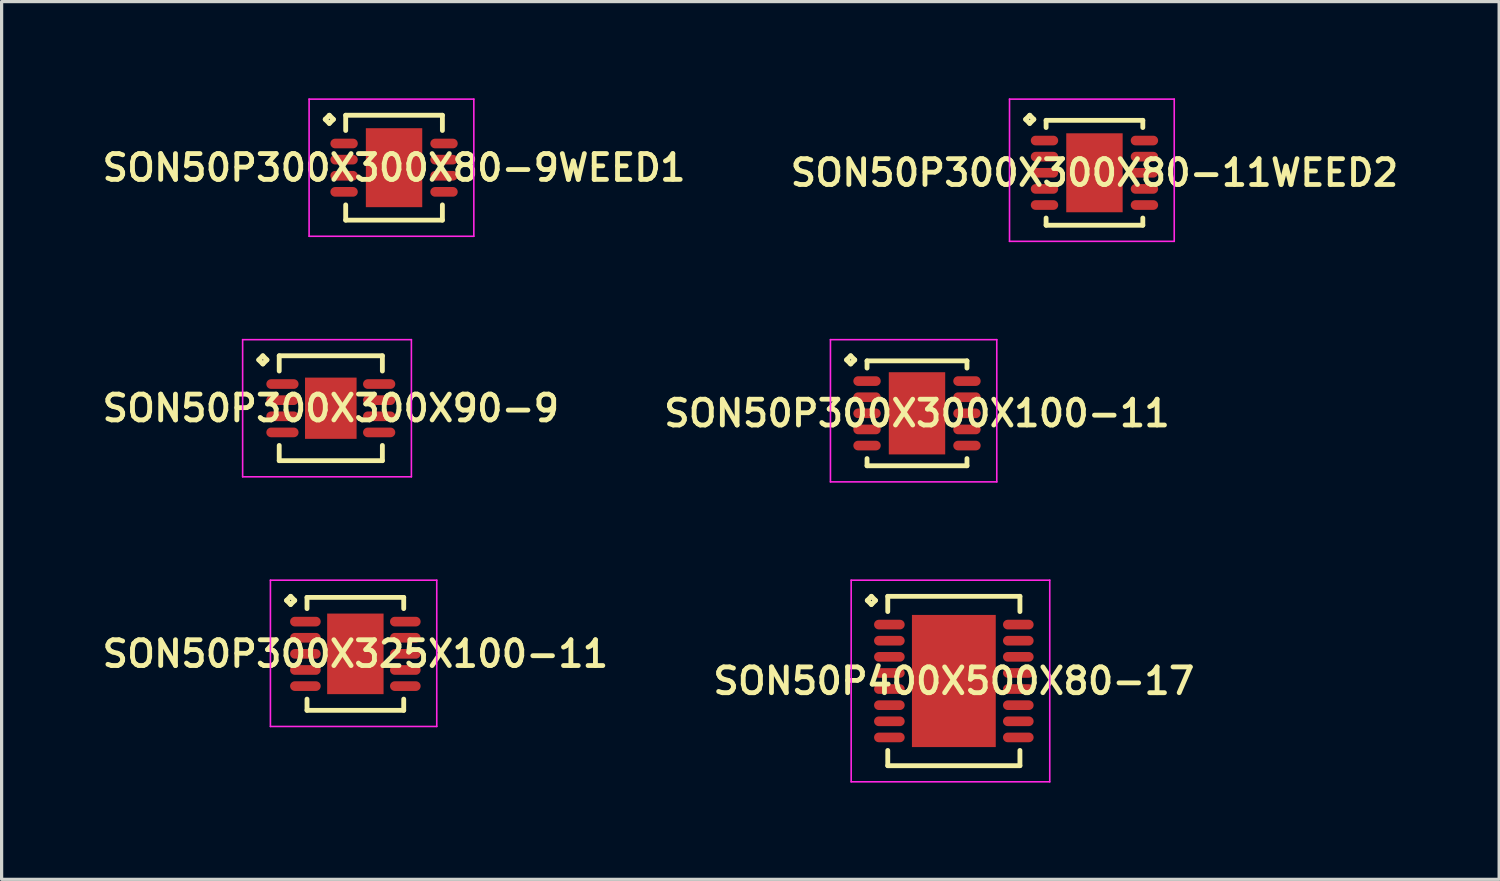
<source format=kicad_pcb>
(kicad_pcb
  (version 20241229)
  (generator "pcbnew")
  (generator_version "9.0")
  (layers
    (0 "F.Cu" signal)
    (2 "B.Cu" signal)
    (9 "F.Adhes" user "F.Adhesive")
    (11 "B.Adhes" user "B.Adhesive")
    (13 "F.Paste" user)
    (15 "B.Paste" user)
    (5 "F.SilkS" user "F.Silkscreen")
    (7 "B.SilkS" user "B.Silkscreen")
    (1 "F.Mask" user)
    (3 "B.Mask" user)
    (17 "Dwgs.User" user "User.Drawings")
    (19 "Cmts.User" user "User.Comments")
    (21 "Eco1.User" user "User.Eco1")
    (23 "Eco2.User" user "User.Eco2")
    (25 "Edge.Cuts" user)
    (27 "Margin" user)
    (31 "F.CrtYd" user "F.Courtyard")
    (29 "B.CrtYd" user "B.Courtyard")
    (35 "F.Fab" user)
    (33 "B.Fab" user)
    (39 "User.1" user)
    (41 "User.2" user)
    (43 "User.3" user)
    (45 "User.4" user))
  (footprint "SON50P400X500X80-17"
    (layer "F.Cu")
    (at 26.54 18.076)
    (property "Reference" "SON50P400X500X80-17" (at 0 0 0) (layer "F.SilkS") (effects (font (size 0.8 0.8) (thickness 0.15))))
    (attr smd)
    (fp_line (start -2.685 -2.5) (end -2.558 -2.627) (stroke (width 0.15) (type solid)) (layer "F.SilkS"))
    (fp_line (start -2.558 -2.627) (end -2.431 -2.5) (stroke (width 0.15) (type solid)) (layer "F.SilkS"))
    (fp_line (start -2.558 -2.373) (end -2.685 -2.5) (stroke (width 0.15) (type solid)) (layer "F.SilkS"))
    (fp_line (start -2.431 -2.5) (end -2.558 -2.373) (stroke (width 0.15) (type solid)) (layer "F.SilkS"))
    (fp_line (start -2.05 -2.627) (end 2.05 -2.627) (stroke (width 0.15) (type solid)) (layer "F.SilkS"))
    (fp_line (start -2.05 -2.154) (end -2.05 -2.627) (stroke (width 0.15) (type solid)) (layer "F.SilkS"))
    (fp_line (start -2.05 2.154) (end -2.05 2.627) (stroke (width 0.15) (type solid)) (layer "F.SilkS"))
    (fp_line (start -2.05 2.627) (end 2.05 2.627) (stroke (width 0.15) (type solid)) (layer "F.SilkS"))
    (fp_line (start 2.05 -2.627) (end 2.05 -2.154) (stroke (width 0.15) (type solid)) (layer "F.SilkS"))
    (fp_line (start 2.05 2.627) (end 2.05 2.154) (stroke (width 0.15) (type solid)) (layer "F.SilkS"))
    (fp_line (start -3.185 -3.127) (end 2.975 -3.127) (stroke (width 0.05) (type solid)) (layer "F.CrtYd"))
    (fp_line (start -3.185 3.127) (end -3.185 -3.127) (stroke (width 0.05) (type solid)) (layer "F.CrtYd"))
    (fp_line (start 2.975 -3.127) (end 2.975 3.127) (stroke (width 0.05) (type solid)) (layer "F.CrtYd"))
    (fp_line (start 2.975 3.127) (end -3.185 3.127) (stroke (width 0.05) (type solid)) (layer "F.CrtYd"))
    (pad "1" smd oval (at -2 -1.75) (size 0.95 0.3) (layers "F.Cu" "F.Mask" "F.Paste"))
    (pad "2" smd oval (at -2 -1.25) (size 0.95 0.3) (layers "F.Cu" "F.Mask" "F.Paste"))
    (pad "3" smd oval (at -2 -0.75) (size 0.95 0.3) (layers "F.Cu" "F.Mask" "F.Paste"))
    (pad "4" smd oval (at -2 -0.25) (size 0.95 0.3) (layers "F.Cu" "F.Mask" "F.Paste"))
    (pad "5" smd oval (at -2 0.25) (size 0.95 0.3) (layers "F.Cu" "F.Mask" "F.Paste"))
    (pad "6" smd oval (at -2 0.75) (size 0.95 0.3) (layers "F.Cu" "F.Mask" "F.Paste"))
    (pad "7" smd oval (at -2 1.25) (size 0.95 0.3) (layers "F.Cu" "F.Mask" "F.Paste"))
    (pad "8" smd oval (at -2 1.75) (size 0.95 0.3) (layers "F.Cu" "F.Mask" "F.Paste"))
    (pad "9" smd oval (at 2 1.75) (size 0.95 0.3) (layers "F.Cu" "F.Mask" "F.Paste"))
    (pad "10" smd oval (at 2 1.25) (size 0.95 0.3) (layers "F.Cu" "F.Mask" "F.Paste"))
    (pad "11" smd oval (at 2 0.75) (size 0.95 0.3) (layers "F.Cu" "F.Mask" "F.Paste"))
    (pad "12" smd oval (at 2 0.25) (size 0.95 0.3) (layers "F.Cu" "F.Mask" "F.Paste"))
    (pad "13" smd oval (at 2 -0.25) (size 0.95 0.3) (layers "F.Cu" "F.Mask" "F.Paste"))
    (pad "14" smd oval (at 2 -0.75) (size 0.95 0.3) (layers "F.Cu" "F.Mask" "F.Paste"))
    (pad "15" smd oval (at 2 -1.25) (size 0.95 0.3) (layers "F.Cu" "F.Mask" "F.Paste"))
    (pad "16" smd oval (at 2 -1.75) (size 0.95 0.3) (layers "F.Cu" "F.Mask" "F.Paste"))
    (pad "17" smd rect (at 0 0) (size 2.6 4.1) (layers "F.Cu" "F.Mask" "F.Paste")))
  (footprint "SON50P300X300X80-11WEED2"
    (layer "F.Cu")
    (at 30.902 2.31)
    (property "Reference" "SON50P300X300X80-11WEED2" (at 0 0 0) (layer "F.SilkS") (effects (font (size 0.8 0.8) (thickness 0.15))))
    (attr smd)
    (fp_line (start -2.135 -1.658) (end -2.008 -1.785) (stroke (width 0.15) (type solid)) (layer "F.SilkS"))
    (fp_line (start -2.008 -1.785) (end -1.881 -1.658) (stroke (width 0.15) (type solid)) (layer "F.SilkS"))
    (fp_line (start -2.008 -1.531) (end -2.135 -1.658) (stroke (width 0.15) (type solid)) (layer "F.SilkS"))
    (fp_line (start -1.881 -1.658) (end -2.008 -1.531) (stroke (width 0.15) (type solid)) (layer "F.SilkS"))
    (fp_line (start -1.5 -1.627) (end 1.5 -1.627) (stroke (width 0.15) (type solid)) (layer "F.SilkS"))
    (fp_line (start -1.5 -1.404) (end -1.5 -1.627) (stroke (width 0.15) (type solid)) (layer "F.SilkS"))
    (fp_line (start -1.5 1.404) (end -1.5 1.627) (stroke (width 0.15) (type solid)) (layer "F.SilkS"))
    (fp_line (start -1.5 1.627) (end 1.5 1.627) (stroke (width 0.15) (type solid)) (layer "F.SilkS"))
    (fp_line (start 1.5 -1.627) (end 1.5 -1.404) (stroke (width 0.15) (type solid)) (layer "F.SilkS"))
    (fp_line (start 1.5 1.627) (end 1.5 1.404) (stroke (width 0.15) (type solid)) (layer "F.SilkS"))
    (fp_line (start -2.635 -2.285) (end 2.475 -2.285) (stroke (width 0.05) (type solid)) (layer "F.CrtYd"))
    (fp_line (start -2.635 2.127) (end -2.635 -2.285) (stroke (width 0.05) (type solid)) (layer "F.CrtYd"))
    (fp_line (start 2.475 -2.285) (end 2.475 2.127) (stroke (width 0.05) (type solid)) (layer "F.CrtYd"))
    (fp_line (start 2.475 2.127) (end -2.635 2.127) (stroke (width 0.05) (type solid)) (layer "F.CrtYd"))
    (pad "1" smd oval (at -1.55 -1) (size 0.85 0.3) (layers "F.Cu" "F.Mask" "F.Paste"))
    (pad "2" smd oval (at -1.55 -0.5) (size 0.85 0.3) (layers "F.Cu" "F.Mask" "F.Paste"))
    (pad "3" smd oval (at -1.55 0) (size 0.85 0.3) (layers "F.Cu" "F.Mask" "F.Paste"))
    (pad "4" smd oval (at -1.55 0.5) (size 0.85 0.3) (layers "F.Cu" "F.Mask" "F.Paste"))
    (pad "5" smd oval (at -1.55 1) (size 0.85 0.3) (layers "F.Cu" "F.Mask" "F.Paste"))
    (pad "6" smd oval (at 1.55 1) (size 0.85 0.3) (layers "F.Cu" "F.Mask" "F.Paste"))
    (pad "7" smd oval (at 1.55 0.5) (size 0.85 0.3) (layers "F.Cu" "F.Mask" "F.Paste"))
    (pad "8" smd oval (at 1.55 0) (size 0.85 0.3) (layers "F.Cu" "F.Mask" "F.Paste"))
    (pad "9" smd oval (at 1.55 -0.5) (size 0.85 0.3) (layers "F.Cu" "F.Mask" "F.Paste"))
    (pad "10" smd oval (at 1.55 -1) (size 0.85 0.3) (layers "F.Cu" "F.Mask" "F.Paste"))
    (pad "11" smd rect (at 0 0) (size 1.75 2.45) (layers "F.Cu" "F.Mask" "F.Paste")))
  (footprint "SON50P300X300X80-9WEED1"
    (layer "F.Cu")
    (at 9.174 2.152)
    (property "Reference" "SON50P300X300X80-9WEED1" (at 0 0 0) (layer "F.SilkS") (effects (font (size 0.8 0.8) (thickness 0.15))))
    (attr smd)
    (fp_line (start -2.135 -1.5) (end -2.008 -1.627) (stroke (width 0.15) (type solid)) (layer "F.SilkS"))
    (fp_line (start -2.008 -1.627) (end -1.881 -1.5) (stroke (width 0.15) (type solid)) (layer "F.SilkS"))
    (fp_line (start -2.008 -1.373) (end -2.135 -1.5) (stroke (width 0.15) (type solid)) (layer "F.SilkS"))
    (fp_line (start -1.881 -1.5) (end -2.008 -1.373) (stroke (width 0.15) (type solid)) (layer "F.SilkS"))
    (fp_line (start -1.5 -1.627) (end 1.5 -1.627) (stroke (width 0.15) (type solid)) (layer "F.SilkS"))
    (fp_line (start -1.5 -1.154) (end -1.5 -1.627) (stroke (width 0.15) (type solid)) (layer "F.SilkS"))
    (fp_line (start -1.5 1.154) (end -1.5 1.627) (stroke (width 0.15) (type solid)) (layer "F.SilkS"))
    (fp_line (start -1.5 1.627) (end 1.5 1.627) (stroke (width 0.15) (type solid)) (layer "F.SilkS"))
    (fp_line (start 1.5 -1.627) (end 1.5 -1.154) (stroke (width 0.15) (type solid)) (layer "F.SilkS"))
    (fp_line (start 1.5 1.627) (end 1.5 1.154) (stroke (width 0.15) (type solid)) (layer "F.SilkS"))
    (fp_line (start -2.635 -2.127) (end 2.475 -2.127) (stroke (width 0.05) (type solid)) (layer "F.CrtYd"))
    (fp_line (start -2.635 2.127) (end -2.635 -2.127) (stroke (width 0.05) (type solid)) (layer "F.CrtYd"))
    (fp_line (start 2.475 -2.127) (end 2.475 2.127) (stroke (width 0.05) (type solid)) (layer "F.CrtYd"))
    (fp_line (start 2.475 2.127) (end -2.635 2.127) (stroke (width 0.05) (type solid)) (layer "F.CrtYd"))
    (pad "1" smd oval (at -1.55 -0.75) (size 0.85 0.3) (layers "F.Cu" "F.Mask" "F.Paste"))
    (pad "2" smd oval (at -1.55 -0.25) (size 0.85 0.3) (layers "F.Cu" "F.Mask" "F.Paste"))
    (pad "3" smd oval (at -1.55 0.25) (size 0.85 0.3) (layers "F.Cu" "F.Mask" "F.Paste"))
    (pad "4" smd oval (at -1.55 0.75) (size 0.85 0.3) (layers "F.Cu" "F.Mask" "F.Paste"))
    (pad "5" smd oval (at 1.55 0.75) (size 0.85 0.3) (layers "F.Cu" "F.Mask" "F.Paste"))
    (pad "6" smd oval (at 1.55 0.25) (size 0.85 0.3) (layers "F.Cu" "F.Mask" "F.Paste"))
    (pad "7" smd oval (at 1.55 -0.25) (size 0.85 0.3) (layers "F.Cu" "F.Mask" "F.Paste"))
    (pad "8" smd oval (at 1.55 -0.75) (size 0.85 0.3) (layers "F.Cu" "F.Mask" "F.Paste"))
    (pad "9" smd rect (at 0 0) (size 1.75 2.45) (layers "F.Cu" "F.Mask" "F.Paste")))
  (footprint "SON50P300X325X100-11"
    (layer "F.Cu")
    (at 7.974 17.234)
    (property "Reference" "SON50P300X325X100-11" (at 0 0 0) (layer "F.SilkS") (effects (font (size 0.8 0.8) (thickness 0.15))))
    (attr smd)
    (fp_line (start -2.135 -1.658) (end -2.008 -1.785) (stroke (width 0.15) (type solid)) (layer "F.SilkS"))
    (fp_line (start -2.008 -1.785) (end -1.881 -1.658) (stroke (width 0.15) (type solid)) (layer "F.SilkS"))
    (fp_line (start -2.008 -1.531) (end -2.135 -1.658) (stroke (width 0.15) (type solid)) (layer "F.SilkS"))
    (fp_line (start -1.881 -1.658) (end -2.008 -1.531) (stroke (width 0.15) (type solid)) (layer "F.SilkS"))
    (fp_line (start -1.5 -1.752) (end 1.5 -1.752) (stroke (width 0.15) (type solid)) (layer "F.SilkS"))
    (fp_line (start -1.5 -1.404) (end -1.5 -1.752) (stroke (width 0.15) (type solid)) (layer "F.SilkS"))
    (fp_line (start -1.5 1.404) (end -1.5 1.752) (stroke (width 0.15) (type solid)) (layer "F.SilkS"))
    (fp_line (start -1.5 1.752) (end 1.5 1.752) (stroke (width 0.15) (type solid)) (layer "F.SilkS"))
    (fp_line (start 1.5 -1.752) (end 1.5 -1.404) (stroke (width 0.15) (type solid)) (layer "F.SilkS"))
    (fp_line (start 1.5 1.752) (end 1.5 1.404) (stroke (width 0.15) (type solid)) (layer "F.SilkS"))
    (fp_line (start -2.635 -2.285) (end 2.525 -2.285) (stroke (width 0.05) (type solid)) (layer "F.CrtYd"))
    (fp_line (start -2.635 2.252) (end -2.635 -2.285) (stroke (width 0.05) (type solid)) (layer "F.CrtYd"))
    (fp_line (start 2.525 -2.285) (end 2.525 2.252) (stroke (width 0.05) (type solid)) (layer "F.CrtYd"))
    (fp_line (start 2.525 2.252) (end -2.635 2.252) (stroke (width 0.05) (type solid)) (layer "F.CrtYd"))
    (pad "1" smd oval (at -1.55 -1) (size 0.95 0.3) (layers "F.Cu" "F.Mask" "F.Paste"))
    (pad "2" smd oval (at -1.55 -0.5) (size 0.95 0.3) (layers "F.Cu" "F.Mask" "F.Paste"))
    (pad "3" smd oval (at -1.55 0) (size 0.95 0.3) (layers "F.Cu" "F.Mask" "F.Paste"))
    (pad "4" smd oval (at -1.55 0.5) (size 0.95 0.3) (layers "F.Cu" "F.Mask" "F.Paste"))
    (pad "5" smd oval (at -1.55 1) (size 0.95 0.3) (layers "F.Cu" "F.Mask" "F.Paste"))
    (pad "6" smd oval (at 1.55 1) (size 0.95 0.3) (layers "F.Cu" "F.Mask" "F.Paste"))
    (pad "7" smd oval (at 1.55 0.5) (size 0.95 0.3) (layers "F.Cu" "F.Mask" "F.Paste"))
    (pad "8" smd oval (at 1.55 0) (size 0.95 0.3) (layers "F.Cu" "F.Mask" "F.Paste"))
    (pad "9" smd oval (at 1.55 -0.5) (size 0.95 0.3) (layers "F.Cu" "F.Mask" "F.Paste"))
    (pad "10" smd oval (at 1.55 -1) (size 0.95 0.3) (layers "F.Cu" "F.Mask" "F.Paste"))
    (pad "11" smd rect (at 0 0) (size 1.75 2.5) (layers "F.Cu" "F.Mask" "F.Paste")))
  (footprint "SON50P300X300X90-9"
    (layer "F.Cu")
    (at 7.212 9.614)
    (property "Reference" "SON50P300X300X90-9" (at 0 0 0) (layer "F.SilkS") (effects (font (size 0.8 0.8) (thickness 0.15))))
    (attr smd)
    (fp_line (start -2.235 -1.5) (end -2.108 -1.627) (stroke (width 0.15) (type solid)) (layer "F.SilkS"))
    (fp_line (start -2.108 -1.627) (end -1.981 -1.5) (stroke (width 0.15) (type solid)) (layer "F.SilkS"))
    (fp_line (start -2.108 -1.373) (end -2.235 -1.5) (stroke (width 0.15) (type solid)) (layer "F.SilkS"))
    (fp_line (start -1.981 -1.5) (end -2.108 -1.373) (stroke (width 0.15) (type solid)) (layer "F.SilkS"))
    (fp_line (start -1.6 -1.627) (end 1.6 -1.627) (stroke (width 0.15) (type solid)) (layer "F.SilkS"))
    (fp_line (start -1.6 -1.154) (end -1.6 -1.627) (stroke (width 0.15) (type solid)) (layer "F.SilkS"))
    (fp_line (start -1.6 1.154) (end -1.6 1.627) (stroke (width 0.15) (type solid)) (layer "F.SilkS"))
    (fp_line (start -1.6 1.627) (end 1.6 1.627) (stroke (width 0.15) (type solid)) (layer "F.SilkS"))
    (fp_line (start 1.6 -1.627) (end 1.6 -1.154) (stroke (width 0.15) (type solid)) (layer "F.SilkS"))
    (fp_line (start 1.6 1.627) (end 1.6 1.154) (stroke (width 0.15) (type solid)) (layer "F.SilkS"))
    (fp_line (start -2.735 -2.127) (end 2.5 -2.127) (stroke (width 0.05) (type solid)) (layer "F.CrtYd"))
    (fp_line (start -2.735 2.127) (end -2.735 -2.127) (stroke (width 0.05) (type solid)) (layer "F.CrtYd"))
    (fp_line (start 2.5 -2.127) (end 2.5 2.127) (stroke (width 0.05) (type solid)) (layer "F.CrtYd"))
    (fp_line (start 2.5 2.127) (end -2.735 2.127) (stroke (width 0.05) (type solid)) (layer "F.CrtYd"))
    (pad "1" smd oval (at -1.5 -0.75) (size 1 0.3) (layers "F.Cu" "F.Mask" "F.Paste"))
    (pad "2" smd oval (at -1.5 -0.25) (size 1 0.3) (layers "F.Cu" "F.Mask" "F.Paste"))
    (pad "3" smd oval (at -1.5 0.25) (size 1 0.3) (layers "F.Cu" "F.Mask" "F.Paste"))
    (pad "4" smd oval (at -1.5 0.75) (size 1 0.3) (layers "F.Cu" "F.Mask" "F.Paste"))
    (pad "5" smd oval (at 1.5 0.75) (size 1 0.3) (layers "F.Cu" "F.Mask" "F.Paste"))
    (pad "6" smd oval (at 1.5 0.25) (size 1 0.3) (layers "F.Cu" "F.Mask" "F.Paste"))
    (pad "7" smd oval (at 1.5 -0.25) (size 1 0.3) (layers "F.Cu" "F.Mask" "F.Paste"))
    (pad "8" smd oval (at 1.5 -0.75) (size 1 0.3) (layers "F.Cu" "F.Mask" "F.Paste"))
    (pad "9" smd rect (at 0 0) (size 1.6 1.9) (layers "F.Cu" "F.Mask" "F.Paste")))
  (footprint "SON50P300X300X100-11"
    (layer "F.Cu")
    (at 25.397 9.772)
    (property "Reference" "SON50P300X300X100-11" (at 0 0 0) (layer "F.SilkS") (effects (font (size 0.8 0.8) (thickness 0.15))))
    (attr smd)
    (fp_line (start -2.185 -1.658) (end -2.058 -1.785) (stroke (width 0.15) (type solid)) (layer "F.SilkS"))
    (fp_line (start -2.058 -1.785) (end -1.931 -1.658) (stroke (width 0.15) (type solid)) (layer "F.SilkS"))
    (fp_line (start -2.058 -1.531) (end -2.185 -1.658) (stroke (width 0.15) (type solid)) (layer "F.SilkS"))
    (fp_line (start -1.931 -1.658) (end -2.058 -1.531) (stroke (width 0.15) (type solid)) (layer "F.SilkS"))
    (fp_line (start -1.55 -1.627) (end 1.55 -1.627) (stroke (width 0.15) (type solid)) (layer "F.SilkS"))
    (fp_line (start -1.55 -1.404) (end -1.55 -1.627) (stroke (width 0.15) (type solid)) (layer "F.SilkS"))
    (fp_line (start -1.55 1.404) (end -1.55 1.627) (stroke (width 0.15) (type solid)) (layer "F.SilkS"))
    (fp_line (start -1.55 1.627) (end 1.55 1.627) (stroke (width 0.15) (type solid)) (layer "F.SilkS"))
    (fp_line (start 1.55 -1.627) (end 1.55 -1.404) (stroke (width 0.15) (type solid)) (layer "F.SilkS"))
    (fp_line (start 1.55 1.627) (end 1.55 1.404) (stroke (width 0.15) (type solid)) (layer "F.SilkS"))
    (fp_line (start -2.685 -2.285) (end 2.475 -2.285) (stroke (width 0.05) (type solid)) (layer "F.CrtYd"))
    (fp_line (start -2.685 2.127) (end -2.685 -2.285) (stroke (width 0.05) (type solid)) (layer "F.CrtYd"))
    (fp_line (start 2.475 -2.285) (end 2.475 2.127) (stroke (width 0.05) (type solid)) (layer "F.CrtYd"))
    (fp_line (start 2.475 2.127) (end -2.685 2.127) (stroke (width 0.05) (type solid)) (layer "F.CrtYd"))
    (pad "1" smd oval (at -1.55 -1) (size 0.85 0.3) (layers "F.Cu" "F.Mask" "F.Paste"))
    (pad "2" smd oval (at -1.55 -0.5) (size 0.85 0.3) (layers "F.Cu" "F.Mask" "F.Paste"))
    (pad "3" smd oval (at -1.55 0) (size 0.85 0.3) (layers "F.Cu" "F.Mask" "F.Paste"))
    (pad "4" smd oval (at -1.55 0.5) (size 0.85 0.3) (layers "F.Cu" "F.Mask" "F.Paste"))
    (pad "5" smd oval (at -1.55 1) (size 0.85 0.3) (layers "F.Cu" "F.Mask" "F.Paste"))
    (pad "6" smd oval (at 1.55 1) (size 0.85 0.3) (layers "F.Cu" "F.Mask" "F.Paste"))
    (pad "7" smd oval (at 1.55 0.5) (size 0.85 0.3) (layers "F.Cu" "F.Mask" "F.Paste"))
    (pad "8" smd oval (at 1.55 0) (size 0.85 0.3) (layers "F.Cu" "F.Mask" "F.Paste"))
    (pad "9" smd oval (at 1.55 -0.5) (size 0.85 0.3) (layers "F.Cu" "F.Mask" "F.Paste"))
    (pad "10" smd oval (at 1.55 -1) (size 0.85 0.3) (layers "F.Cu" "F.Mask" "F.Paste"))
    (pad "11" smd rect (at 0 0) (size 1.75 2.55) (layers "F.Cu" "F.Mask" "F.Paste")))
  (gr_rect
    (start -3 -3)
    (end 43.456 24.228)
    (stroke (width 0.1) (type default))
    (fill no)
    (layer "Edge.Cuts")))
</source>
